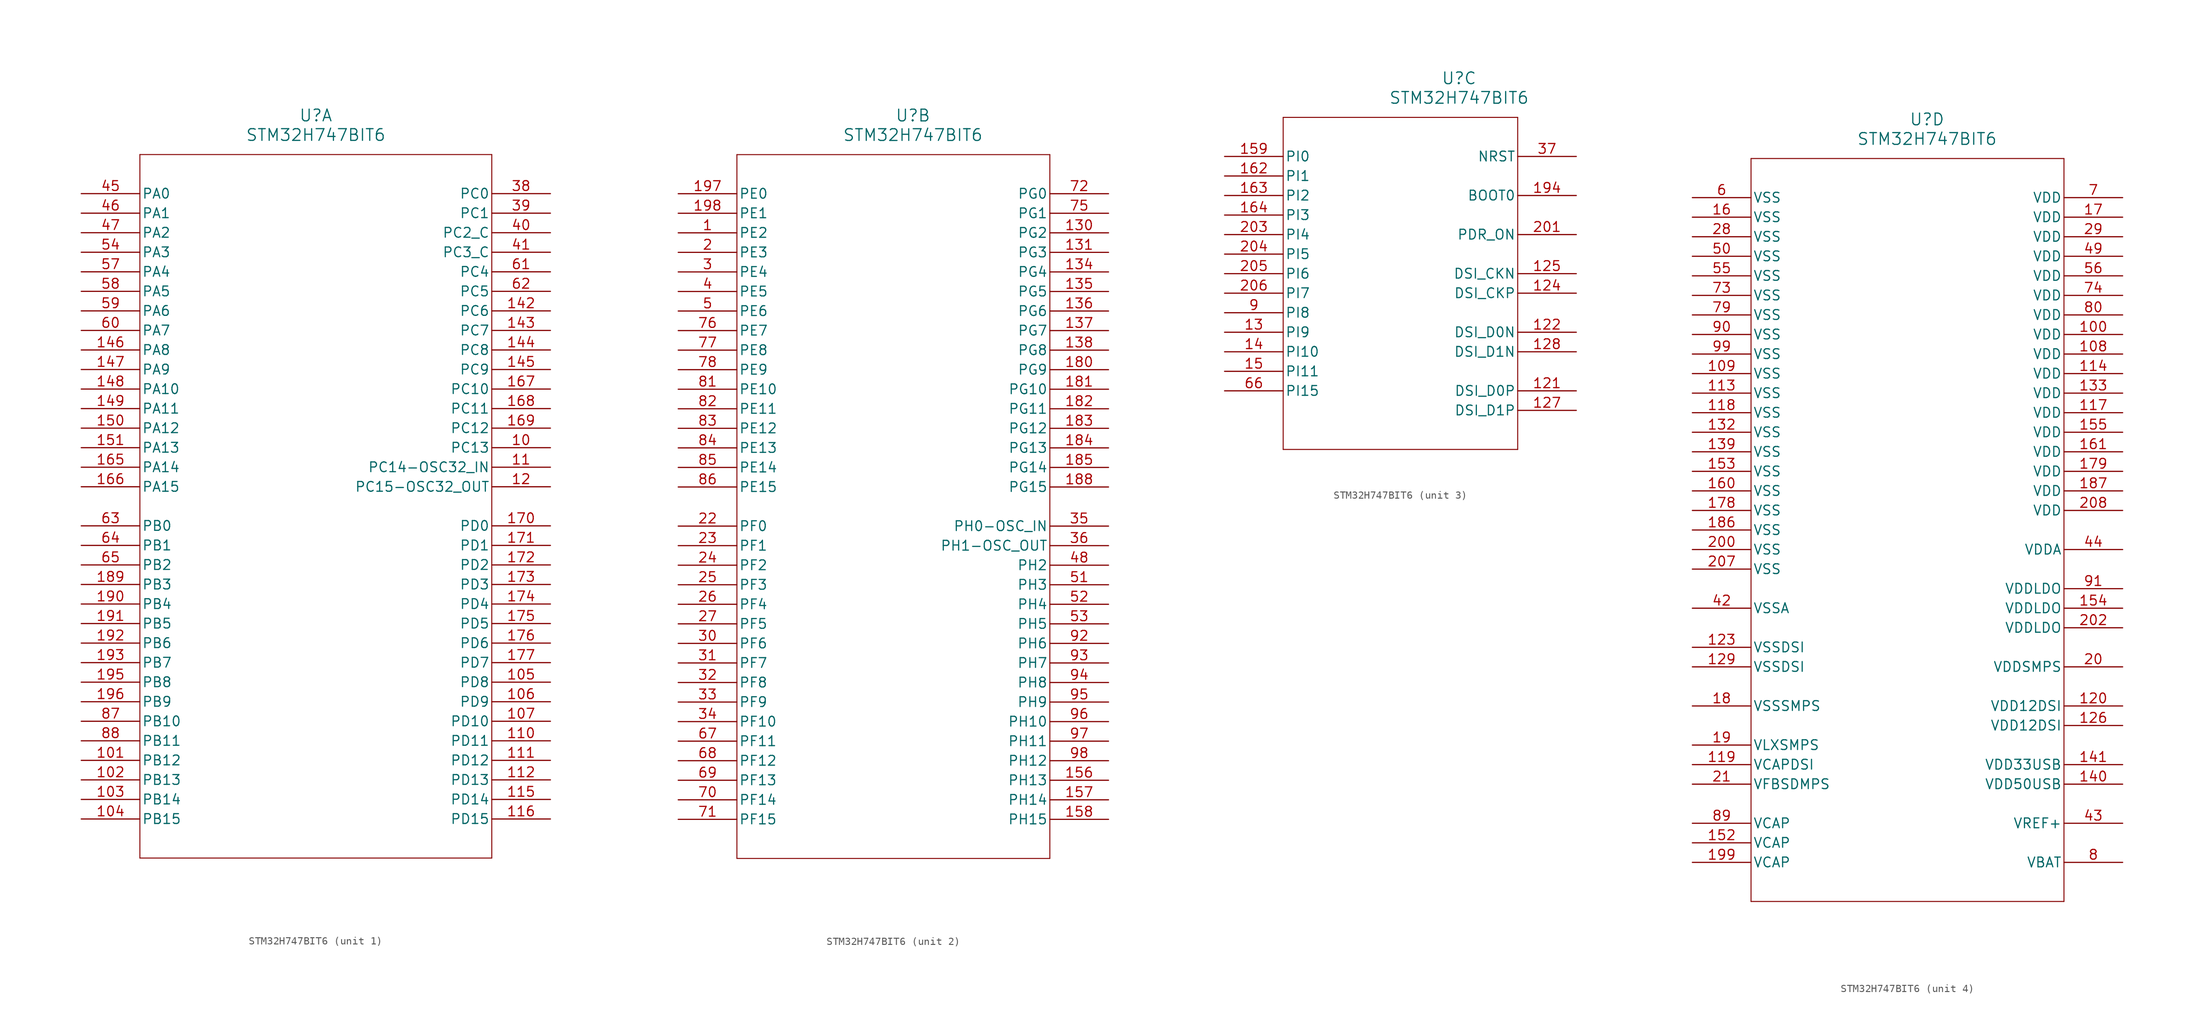
<source format=kicad_sym>
(kicad_symbol_lib
  (version 20211014)
  (generator kicad_symbol_editor)
  (symbol "STM32H747BIT6"
    (pin_names
      (offset 0.254))
    (property "Reference" "U"
      (at 30.48 10.16 0)
      (effects (font (size 1.524 1.524))))
    (property "Value" "STM32H747BIT6"
      (at 30.48 7.62 0)
      (effects (font (size 1.524 1.524))))
    (symbol "STM32H747BIT6_1_1"
      (polyline (pts (xy 7.62 5.08) (xy 7.62 -86.36)) (stroke (width 0.127) (type default) (color 0 0 0 0)) (fill (type none)))
      (polyline (pts (xy 7.62 -86.36) (xy 53.34 -86.36)) (stroke (width 0.127) (type default) (color 0 0 0 0)) (fill (type none)))
      (polyline (pts (xy 53.34 -86.36) (xy 53.34 5.08)) (stroke (width 0.127) (type default) (color 0 0 0 0)) (fill (type none)))
      (polyline (pts (xy 53.34 5.08) (xy 7.62 5.08)) (stroke (width 0.127) (type default) (color 0 0 0 0)) (fill (type none)))
      (pin bidirectional line (at 60.96 -33.02 180) (length 7.62) (name "PC13" (effects (font (size 1.27 1.27)))) (number "10" (effects (font (size 1.27 1.27)))))
      (pin bidirectional line (at 60.96 -35.56 180) (length 7.62) (name "PC14-OSC32_IN" (effects (font (size 1.27 1.27)))) (number "11" (effects (font (size 1.27 1.27)))))
      (pin bidirectional line (at 60.96 -38.1 180) (length 7.62) (name "PC15-OSC32_OUT" (effects (font (size 1.27 1.27)))) (number "12" (effects (font (size 1.27 1.27)))))
      (pin bidirectional line (at 60.96 0 180) (length 7.62) (name "PC0" (effects (font (size 1.27 1.27)))) (number "38" (effects (font (size 1.27 1.27)))))
      (pin bidirectional line (at 60.96 -2.54 180) (length 7.62) (name "PC1" (effects (font (size 1.27 1.27)))) (number "39" (effects (font (size 1.27 1.27)))))
      (pin bidirectional line (at 60.96 -5.08 180) (length 7.62) (name "PC2_C" (effects (font (size 1.27 1.27)))) (number "40" (effects (font (size 1.27 1.27)))))
      (pin bidirectional line (at 60.96 -7.62 180) (length 7.62) (name "PC3_C" (effects (font (size 1.27 1.27)))) (number "41" (effects (font (size 1.27 1.27)))))
      (pin bidirectional line (at 0 0 0) (length 7.62) (name "PA0" (effects (font (size 1.27 1.27)))) (number "45" (effects (font (size 1.27 1.27)))))
      (pin bidirectional line (at 0 -2.54 0) (length 7.62) (name "PA1" (effects (font (size 1.27 1.27)))) (number "46" (effects (font (size 1.27 1.27)))))
      (pin bidirectional line (at 0 -5.08 0) (length 7.62) (name "PA2" (effects (font (size 1.27 1.27)))) (number "47" (effects (font (size 1.27 1.27)))))
      (pin bidirectional line (at 0 -7.62 0) (length 7.62) (name "PA3" (effects (font (size 1.27 1.27)))) (number "54" (effects (font (size 1.27 1.27)))))
      (pin bidirectional line (at 0 -10.16 0) (length 7.62) (name "PA4" (effects (font (size 1.27 1.27)))) (number "57" (effects (font (size 1.27 1.27)))))
      (pin bidirectional line (at 0 -12.7 0) (length 7.62) (name "PA5" (effects (font (size 1.27 1.27)))) (number "58" (effects (font (size 1.27 1.27)))))
      (pin bidirectional line (at 0 -15.24 0) (length 7.62) (name "PA6" (effects (font (size 1.27 1.27)))) (number "59" (effects (font (size 1.27 1.27)))))
      (pin bidirectional line (at 0 -17.78 0) (length 7.62) (name "PA7" (effects (font (size 1.27 1.27)))) (number "60" (effects (font (size 1.27 1.27)))))
      (pin bidirectional line (at 60.96 -10.16 180) (length 7.62) (name "PC4" (effects (font (size 1.27 1.27)))) (number "61" (effects (font (size 1.27 1.27)))))
      (pin bidirectional line (at 60.96 -12.7 180) (length 7.62) (name "PC5" (effects (font (size 1.27 1.27)))) (number "62" (effects (font (size 1.27 1.27)))))
      (pin bidirectional line (at 0 -43.18 0) (length 7.62) (name "PB0" (effects (font (size 1.27 1.27)))) (number "63" (effects (font (size 1.27 1.27)))))
      (pin bidirectional line (at 0 -45.72 0) (length 7.62) (name "PB1" (effects (font (size 1.27 1.27)))) (number "64" (effects (font (size 1.27 1.27)))))
      (pin bidirectional line (at 0 -48.26 0) (length 7.62) (name "PB2" (effects (font (size 1.27 1.27)))) (number "65" (effects (font (size 1.27 1.27)))))
      (pin bidirectional line (at 0 -68.58 0) (length 7.62) (name "PB10" (effects (font (size 1.27 1.27)))) (number "87" (effects (font (size 1.27 1.27)))))
      (pin bidirectional line (at 0 -71.12 0) (length 7.62) (name "PB11" (effects (font (size 1.27 1.27)))) (number "88" (effects (font (size 1.27 1.27)))))
      (pin bidirectional line (at 0 -73.66 0) (length 7.62) (name "PB12" (effects (font (size 1.27 1.27)))) (number "101" (effects (font (size 1.27 1.27)))))
      (pin bidirectional line (at 0 -76.2 0) (length 7.62) (name "PB13" (effects (font (size 1.27 1.27)))) (number "102" (effects (font (size 1.27 1.27)))))
      (pin bidirectional line (at 0 -78.74 0) (length 7.62) (name "PB14" (effects (font (size 1.27 1.27)))) (number "103" (effects (font (size 1.27 1.27)))))
      (pin bidirectional line (at 0 -81.28 0) (length 7.62) (name "PB15" (effects (font (size 1.27 1.27)))) (number "104" (effects (font (size 1.27 1.27)))))
      (pin bidirectional line (at 60.96 -63.5 180) (length 7.62) (name "PD8" (effects (font (size 1.27 1.27)))) (number "105" (effects (font (size 1.27 1.27)))))
      (pin bidirectional line (at 60.96 -66.04 180) (length 7.62) (name "PD9" (effects (font (size 1.27 1.27)))) (number "106" (effects (font (size 1.27 1.27)))))
      (pin bidirectional line (at 60.96 -68.58 180) (length 7.62) (name "PD10" (effects (font (size 1.27 1.27)))) (number "107" (effects (font (size 1.27 1.27)))))
      (pin bidirectional line (at 60.96 -71.12 180) (length 7.62) (name "PD11" (effects (font (size 1.27 1.27)))) (number "110" (effects (font (size 1.27 1.27)))))
      (pin bidirectional line (at 60.96 -73.66 180) (length 7.62) (name "PD12" (effects (font (size 1.27 1.27)))) (number "111" (effects (font (size 1.27 1.27)))))
      (pin bidirectional line (at 60.96 -76.2 180) (length 7.62) (name "PD13" (effects (font (size 1.27 1.27)))) (number "112" (effects (font (size 1.27 1.27)))))
      (pin bidirectional line (at 60.96 -78.74 180) (length 7.62) (name "PD14" (effects (font (size 1.27 1.27)))) (number "115" (effects (font (size 1.27 1.27)))))
      (pin bidirectional line (at 60.96 -81.28 180) (length 7.62) (name "PD15" (effects (font (size 1.27 1.27)))) (number "116" (effects (font (size 1.27 1.27)))))
      (pin bidirectional line (at 60.96 -15.24 180) (length 7.62) (name "PC6" (effects (font (size 1.27 1.27)))) (number "142" (effects (font (size 1.27 1.27)))))
      (pin bidirectional line (at 60.96 -17.78 180) (length 7.62) (name "PC7" (effects (font (size 1.27 1.27)))) (number "143" (effects (font (size 1.27 1.27)))))
      (pin bidirectional line (at 60.96 -20.32 180) (length 7.62) (name "PC8" (effects (font (size 1.27 1.27)))) (number "144" (effects (font (size 1.27 1.27)))))
      (pin bidirectional line (at 60.96 -22.86 180) (length 7.62) (name "PC9" (effects (font (size 1.27 1.27)))) (number "145" (effects (font (size 1.27 1.27)))))
      (pin bidirectional line (at 0 -20.32 0) (length 7.62) (name "PA8" (effects (font (size 1.27 1.27)))) (number "146" (effects (font (size 1.27 1.27)))))
      (pin bidirectional line (at 0 -22.86 0) (length 7.62) (name "PA9" (effects (font (size 1.27 1.27)))) (number "147" (effects (font (size 1.27 1.27)))))
      (pin bidirectional line (at 0 -25.4 0) (length 7.62) (name "PA10" (effects (font (size 1.27 1.27)))) (number "148" (effects (font (size 1.27 1.27)))))
      (pin bidirectional line (at 0 -27.94 0) (length 7.62) (name "PA11" (effects (font (size 1.27 1.27)))) (number "149" (effects (font (size 1.27 1.27)))))
      (pin bidirectional line (at 0 -30.48 0) (length 7.62) (name "PA12" (effects (font (size 1.27 1.27)))) (number "150" (effects (font (size 1.27 1.27)))))
      (pin bidirectional line (at 0 -33.02 0) (length 7.62) (name "PA13" (effects (font (size 1.27 1.27)))) (number "151" (effects (font (size 1.27 1.27)))))
      (pin bidirectional line (at 0 -35.56 0) (length 7.62) (name "PA14" (effects (font (size 1.27 1.27)))) (number "165" (effects (font (size 1.27 1.27)))))
      (pin bidirectional line (at 0 -38.1 0) (length 7.62) (name "PA15" (effects (font (size 1.27 1.27)))) (number "166" (effects (font (size 1.27 1.27)))))
      (pin bidirectional line (at 60.96 -25.4 180) (length 7.62) (name "PC10" (effects (font (size 1.27 1.27)))) (number "167" (effects (font (size 1.27 1.27)))))
      (pin bidirectional line (at 60.96 -27.94 180) (length 7.62) (name "PC11" (effects (font (size 1.27 1.27)))) (number "168" (effects (font (size 1.27 1.27)))))
      (pin bidirectional line (at 60.96 -30.48 180) (length 7.62) (name "PC12" (effects (font (size 1.27 1.27)))) (number "169" (effects (font (size 1.27 1.27)))))
      (pin bidirectional line (at 60.96 -43.18 180) (length 7.62) (name "PD0" (effects (font (size 1.27 1.27)))) (number "170" (effects (font (size 1.27 1.27)))))
      (pin bidirectional line (at 60.96 -45.72 180) (length 7.62) (name "PD1" (effects (font (size 1.27 1.27)))) (number "171" (effects (font (size 1.27 1.27)))))
      (pin bidirectional line (at 60.96 -48.26 180) (length 7.62) (name "PD2" (effects (font (size 1.27 1.27)))) (number "172" (effects (font (size 1.27 1.27)))))
      (pin bidirectional line (at 60.96 -50.8 180) (length 7.62) (name "PD3" (effects (font (size 1.27 1.27)))) (number "173" (effects (font (size 1.27 1.27)))))
      (pin bidirectional line (at 60.96 -53.34 180) (length 7.62) (name "PD4" (effects (font (size 1.27 1.27)))) (number "174" (effects (font (size 1.27 1.27)))))
      (pin bidirectional line (at 60.96 -55.88 180) (length 7.62) (name "PD5" (effects (font (size 1.27 1.27)))) (number "175" (effects (font (size 1.27 1.27)))))
      (pin bidirectional line (at 60.96 -58.42 180) (length 7.62) (name "PD6" (effects (font (size 1.27 1.27)))) (number "176" (effects (font (size 1.27 1.27)))))
      (pin bidirectional line (at 60.96 -60.96 180) (length 7.62) (name "PD7" (effects (font (size 1.27 1.27)))) (number "177" (effects (font (size 1.27 1.27)))))
      (pin bidirectional line (at 0 -50.8 0) (length 7.62) (name "PB3" (effects (font (size 1.27 1.27)))) (number "189" (effects (font (size 1.27 1.27)))))
      (pin bidirectional line (at 0 -53.34 0) (length 7.62) (name "PB4" (effects (font (size 1.27 1.27)))) (number "190" (effects (font (size 1.27 1.27)))))
      (pin bidirectional line (at 0 -55.88 0) (length 7.62) (name "PB5" (effects (font (size 1.27 1.27)))) (number "191" (effects (font (size 1.27 1.27)))))
      (pin bidirectional line (at 0 -58.42 0) (length 7.62) (name "PB6" (effects (font (size 1.27 1.27)))) (number "192" (effects (font (size 1.27 1.27)))))
      (pin bidirectional line (at 0 -60.96 0) (length 7.62) (name "PB7" (effects (font (size 1.27 1.27)))) (number "193" (effects (font (size 1.27 1.27)))))
      (pin bidirectional line (at 0 -63.5 0) (length 7.62) (name "PB8" (effects (font (size 1.27 1.27)))) (number "195" (effects (font (size 1.27 1.27)))))
      (pin bidirectional line (at 0 -66.04 0) (length 7.62) (name "PB9" (effects (font (size 1.27 1.27)))) (number "196" (effects (font (size 1.27 1.27))))))
    (symbol "STM32H747BIT6_2_1"
      (polyline (pts (xy 7.62 5.08) (xy 7.62 -86.36)) (stroke (width 0.127) (type default) (color 0 0 0 0)) (fill (type none)))
      (polyline (pts (xy 7.62 -86.36) (xy 48.26 -86.36)) (stroke (width 0.127) (type default) (color 0 0 0 0)) (fill (type none)))
      (polyline (pts (xy 48.26 -86.36) (xy 48.26 5.08)) (stroke (width 0.127) (type default) (color 0 0 0 0)) (fill (type none)))
      (polyline (pts (xy 48.26 5.08) (xy 7.62 5.08)) (stroke (width 0.127) (type default) (color 0 0 0 0)) (fill (type none)))
      (pin bidirectional line (at 0 -5.08 0) (length 7.62) (name "PE2" (effects (font (size 1.27 1.27)))) (number "1" (effects (font (size 1.27 1.27)))))
      (pin bidirectional line (at 0 -7.62 0) (length 7.62) (name "PE3" (effects (font (size 1.27 1.27)))) (number "2" (effects (font (size 1.27 1.27)))))
      (pin bidirectional line (at 0 -10.16 0) (length 7.62) (name "PE4" (effects (font (size 1.27 1.27)))) (number "3" (effects (font (size 1.27 1.27)))))
      (pin bidirectional line (at 0 -12.7 0) (length 7.62) (name "PE5" (effects (font (size 1.27 1.27)))) (number "4" (effects (font (size 1.27 1.27)))))
      (pin bidirectional line (at 0 -15.24 0) (length 7.62) (name "PE6" (effects (font (size 1.27 1.27)))) (number "5" (effects (font (size 1.27 1.27)))))
      (pin bidirectional line (at 0 -43.18 0) (length 7.62) (name "PF0" (effects (font (size 1.27 1.27)))) (number "22" (effects (font (size 1.27 1.27)))))
      (pin bidirectional line (at 0 -45.72 0) (length 7.62) (name "PF1" (effects (font (size 1.27 1.27)))) (number "23" (effects (font (size 1.27 1.27)))))
      (pin bidirectional line (at 0 -48.26 0) (length 7.62) (name "PF2" (effects (font (size 1.27 1.27)))) (number "24" (effects (font (size 1.27 1.27)))))
      (pin bidirectional line (at 0 -50.8 0) (length 7.62) (name "PF3" (effects (font (size 1.27 1.27)))) (number "25" (effects (font (size 1.27 1.27)))))
      (pin bidirectional line (at 0 -53.34 0) (length 7.62) (name "PF4" (effects (font (size 1.27 1.27)))) (number "26" (effects (font (size 1.27 1.27)))))
      (pin bidirectional line (at 0 -55.88 0) (length 7.62) (name "PF5" (effects (font (size 1.27 1.27)))) (number "27" (effects (font (size 1.27 1.27)))))
      (pin bidirectional line (at 0 -58.42 0) (length 7.62) (name "PF6" (effects (font (size 1.27 1.27)))) (number "30" (effects (font (size 1.27 1.27)))))
      (pin bidirectional line (at 0 -60.96 0) (length 7.62) (name "PF7" (effects (font (size 1.27 1.27)))) (number "31" (effects (font (size 1.27 1.27)))))
      (pin bidirectional line (at 0 -63.5 0) (length 7.62) (name "PF8" (effects (font (size 1.27 1.27)))) (number "32" (effects (font (size 1.27 1.27)))))
      (pin bidirectional line (at 0 -66.04 0) (length 7.62) (name "PF9" (effects (font (size 1.27 1.27)))) (number "33" (effects (font (size 1.27 1.27)))))
      (pin bidirectional line (at 0 -68.58 0) (length 7.62) (name "PF10" (effects (font (size 1.27 1.27)))) (number "34" (effects (font (size 1.27 1.27)))))
      (pin bidirectional line (at 55.88 -43.18 180) (length 7.62) (name "PH0-OSC_IN" (effects (font (size 1.27 1.27)))) (number "35" (effects (font (size 1.27 1.27)))))
      (pin bidirectional line (at 55.88 -45.72 180) (length 7.62) (name "PH1-OSC_OUT" (effects (font (size 1.27 1.27)))) (number "36" (effects (font (size 1.27 1.27)))))
      (pin bidirectional line (at 55.88 -48.26 180) (length 7.62) (name "PH2" (effects (font (size 1.27 1.27)))) (number "48" (effects (font (size 1.27 1.27)))))
      (pin bidirectional line (at 55.88 -50.8 180) (length 7.62) (name "PH3" (effects (font (size 1.27 1.27)))) (number "51" (effects (font (size 1.27 1.27)))))
      (pin bidirectional line (at 55.88 -53.34 180) (length 7.62) (name "PH4" (effects (font (size 1.27 1.27)))) (number "52" (effects (font (size 1.27 1.27)))))
      (pin bidirectional line (at 55.88 -55.88 180) (length 7.62) (name "PH5" (effects (font (size 1.27 1.27)))) (number "53" (effects (font (size 1.27 1.27)))))
      (pin bidirectional line (at 0 -71.12 0) (length 7.62) (name "PF11" (effects (font (size 1.27 1.27)))) (number "67" (effects (font (size 1.27 1.27)))))
      (pin bidirectional line (at 0 -73.66 0) (length 7.62) (name "PF12" (effects (font (size 1.27 1.27)))) (number "68" (effects (font (size 1.27 1.27)))))
      (pin bidirectional line (at 0 -76.2 0) (length 7.62) (name "PF13" (effects (font (size 1.27 1.27)))) (number "69" (effects (font (size 1.27 1.27)))))
      (pin bidirectional line (at 0 -78.74 0) (length 7.62) (name "PF14" (effects (font (size 1.27 1.27)))) (number "70" (effects (font (size 1.27 1.27)))))
      (pin bidirectional line (at 0 -81.28 0) (length 7.62) (name "PF15" (effects (font (size 1.27 1.27)))) (number "71" (effects (font (size 1.27 1.27)))))
      (pin bidirectional line (at 55.88 0 180) (length 7.62) (name "PG0" (effects (font (size 1.27 1.27)))) (number "72" (effects (font (size 1.27 1.27)))))
      (pin bidirectional line (at 55.88 -2.54 180) (length 7.62) (name "PG1" (effects (font (size 1.27 1.27)))) (number "75" (effects (font (size 1.27 1.27)))))
      (pin bidirectional line (at 0 -17.78 0) (length 7.62) (name "PE7" (effects (font (size 1.27 1.27)))) (number "76" (effects (font (size 1.27 1.27)))))
      (pin bidirectional line (at 0 -20.32 0) (length 7.62) (name "PE8" (effects (font (size 1.27 1.27)))) (number "77" (effects (font (size 1.27 1.27)))))
      (pin bidirectional line (at 0 -22.86 0) (length 7.62) (name "PE9" (effects (font (size 1.27 1.27)))) (number "78" (effects (font (size 1.27 1.27)))))
      (pin bidirectional line (at 0 -25.4 0) (length 7.62) (name "PE10" (effects (font (size 1.27 1.27)))) (number "81" (effects (font (size 1.27 1.27)))))
      (pin bidirectional line (at 0 -27.94 0) (length 7.62) (name "PE11" (effects (font (size 1.27 1.27)))) (number "82" (effects (font (size 1.27 1.27)))))
      (pin bidirectional line (at 0 -30.48 0) (length 7.62) (name "PE12" (effects (font (size 1.27 1.27)))) (number "83" (effects (font (size 1.27 1.27)))))
      (pin bidirectional line (at 0 -33.02 0) (length 7.62) (name "PE13" (effects (font (size 1.27 1.27)))) (number "84" (effects (font (size 1.27 1.27)))))
      (pin bidirectional line (at 0 -35.56 0) (length 7.62) (name "PE14" (effects (font (size 1.27 1.27)))) (number "85" (effects (font (size 1.27 1.27)))))
      (pin bidirectional line (at 0 -38.1 0) (length 7.62) (name "PE15" (effects (font (size 1.27 1.27)))) (number "86" (effects (font (size 1.27 1.27)))))
      (pin bidirectional line (at 55.88 -58.42 180) (length 7.62) (name "PH6" (effects (font (size 1.27 1.27)))) (number "92" (effects (font (size 1.27 1.27)))))
      (pin bidirectional line (at 55.88 -60.96 180) (length 7.62) (name "PH7" (effects (font (size 1.27 1.27)))) (number "93" (effects (font (size 1.27 1.27)))))
      (pin bidirectional line (at 55.88 -63.5 180) (length 7.62) (name "PH8" (effects (font (size 1.27 1.27)))) (number "94" (effects (font (size 1.27 1.27)))))
      (pin bidirectional line (at 55.88 -66.04 180) (length 7.62) (name "PH9" (effects (font (size 1.27 1.27)))) (number "95" (effects (font (size 1.27 1.27)))))
      (pin bidirectional line (at 55.88 -68.58 180) (length 7.62) (name "PH10" (effects (font (size 1.27 1.27)))) (number "96" (effects (font (size 1.27 1.27)))))
      (pin bidirectional line (at 55.88 -71.12 180) (length 7.62) (name "PH11" (effects (font (size 1.27 1.27)))) (number "97" (effects (font (size 1.27 1.27)))))
      (pin bidirectional line (at 55.88 -73.66 180) (length 7.62) (name "PH12" (effects (font (size 1.27 1.27)))) (number "98" (effects (font (size 1.27 1.27)))))
      (pin bidirectional line (at 55.88 -5.08 180) (length 7.62) (name "PG2" (effects (font (size 1.27 1.27)))) (number "130" (effects (font (size 1.27 1.27)))))
      (pin bidirectional line (at 55.88 -7.62 180) (length 7.62) (name "PG3" (effects (font (size 1.27 1.27)))) (number "131" (effects (font (size 1.27 1.27)))))
      (pin bidirectional line (at 55.88 -10.16 180) (length 7.62) (name "PG4" (effects (font (size 1.27 1.27)))) (number "134" (effects (font (size 1.27 1.27)))))
      (pin bidirectional line (at 55.88 -12.7 180) (length 7.62) (name "PG5" (effects (font (size 1.27 1.27)))) (number "135" (effects (font (size 1.27 1.27)))))
      (pin bidirectional line (at 55.88 -15.24 180) (length 7.62) (name "PG6" (effects (font (size 1.27 1.27)))) (number "136" (effects (font (size 1.27 1.27)))))
      (pin bidirectional line (at 55.88 -17.78 180) (length 7.62) (name "PG7" (effects (font (size 1.27 1.27)))) (number "137" (effects (font (size 1.27 1.27)))))
      (pin bidirectional line (at 55.88 -20.32 180) (length 7.62) (name "PG8" (effects (font (size 1.27 1.27)))) (number "138" (effects (font (size 1.27 1.27)))))
      (pin bidirectional line (at 55.88 -76.2 180) (length 7.62) (name "PH13" (effects (font (size 1.27 1.27)))) (number "156" (effects (font (size 1.27 1.27)))))
      (pin bidirectional line (at 55.88 -78.74 180) (length 7.62) (name "PH14" (effects (font (size 1.27 1.27)))) (number "157" (effects (font (size 1.27 1.27)))))
      (pin bidirectional line (at 55.88 -81.28 180) (length 7.62) (name "PH15" (effects (font (size 1.27 1.27)))) (number "158" (effects (font (size 1.27 1.27)))))
      (pin bidirectional line (at 55.88 -22.86 180) (length 7.62) (name "PG9" (effects (font (size 1.27 1.27)))) (number "180" (effects (font (size 1.27 1.27)))))
      (pin bidirectional line (at 55.88 -25.4 180) (length 7.62) (name "PG10" (effects (font (size 1.27 1.27)))) (number "181" (effects (font (size 1.27 1.27)))))
      (pin bidirectional line (at 55.88 -27.94 180) (length 7.62) (name "PG11" (effects (font (size 1.27 1.27)))) (number "182" (effects (font (size 1.27 1.27)))))
      (pin bidirectional line (at 55.88 -30.48 180) (length 7.62) (name "PG12" (effects (font (size 1.27 1.27)))) (number "183" (effects (font (size 1.27 1.27)))))
      (pin bidirectional line (at 55.88 -33.02 180) (length 7.62) (name "PG13" (effects (font (size 1.27 1.27)))) (number "184" (effects (font (size 1.27 1.27)))))
      (pin bidirectional line (at 55.88 -35.56 180) (length 7.62) (name "PG14" (effects (font (size 1.27 1.27)))) (number "185" (effects (font (size 1.27 1.27)))))
      (pin bidirectional line (at 55.88 -38.1 180) (length 7.62) (name "PG15" (effects (font (size 1.27 1.27)))) (number "188" (effects (font (size 1.27 1.27)))))
      (pin bidirectional line (at 0 0 0) (length 7.62) (name "PE0" (effects (font (size 1.27 1.27)))) (number "197" (effects (font (size 1.27 1.27)))))
      (pin bidirectional line (at 0 -2.54 0) (length 7.62) (name "PE1" (effects (font (size 1.27 1.27)))) (number "198" (effects (font (size 1.27 1.27))))))
    (symbol "STM32H747BIT6_3_1"
      (polyline (pts (xy 7.62 5.08) (xy 7.62 -38.1)) (stroke (width 0.127) (type default) (color 0 0 0 0)) (fill (type none)))
      (polyline (pts (xy 7.62 -38.1) (xy 38.1 -38.1)) (stroke (width 0.127) (type default) (color 0 0 0 0)) (fill (type none)))
      (polyline (pts (xy 38.1 -38.1) (xy 38.1 5.08)) (stroke (width 0.127) (type default) (color 0 0 0 0)) (fill (type none)))
      (polyline (pts (xy 38.1 5.08) (xy 7.62 5.08)) (stroke (width 0.127) (type default) (color 0 0 0 0)) (fill (type none)))
      (pin bidirectional line (at 0 -20.32 0) (length 7.62) (name "PI8" (effects (font (size 1.27 1.27)))) (number "9" (effects (font (size 1.27 1.27)))))
      (pin bidirectional line (at 0 -22.86 0) (length 7.62) (name "PI9" (effects (font (size 1.27 1.27)))) (number "13" (effects (font (size 1.27 1.27)))))
      (pin bidirectional line (at 0 -25.4 0) (length 7.62) (name "PI10" (effects (font (size 1.27 1.27)))) (number "14" (effects (font (size 1.27 1.27)))))
      (pin bidirectional line (at 0 -27.94 0) (length 7.62) (name "PI11" (effects (font (size 1.27 1.27)))) (number "15" (effects (font (size 1.27 1.27)))))
      (pin bidirectional line (at 45.72 0 180) (length 7.62) (name "NRST" (effects (font (size 1.27 1.27)))) (number "37" (effects (font (size 1.27 1.27)))))
      (pin bidirectional line (at 0 -30.48 0) (length 7.62) (name "PI15" (effects (font (size 1.27 1.27)))) (number "66" (effects (font (size 1.27 1.27)))))
      (pin bidirectional line (at 45.72 -30.48 180) (length 7.62) (name "DSI_D0P" (effects (font (size 1.27 1.27)))) (number "121" (effects (font (size 1.27 1.27)))))
      (pin bidirectional line (at 45.72 -22.86 180) (length 7.62) (name "DSI_D0N" (effects (font (size 1.27 1.27)))) (number "122" (effects (font (size 1.27 1.27)))))
      (pin bidirectional line (at 45.72 -17.78 180) (length 7.62) (name "DSI_CKP" (effects (font (size 1.27 1.27)))) (number "124" (effects (font (size 1.27 1.27)))))
      (pin bidirectional line (at 45.72 -15.24 180) (length 7.62) (name "DSI_CKN" (effects (font (size 1.27 1.27)))) (number "125" (effects (font (size 1.27 1.27)))))
      (pin bidirectional line (at 45.72 -33.02 180) (length 7.62) (name "DSI_D1P" (effects (font (size 1.27 1.27)))) (number "127" (effects (font (size 1.27 1.27)))))
      (pin bidirectional line (at 45.72 -25.4 180) (length 7.62) (name "DSI_D1N" (effects (font (size 1.27 1.27)))) (number "128" (effects (font (size 1.27 1.27)))))
      (pin bidirectional line (at 0 0 0) (length 7.62) (name "PI0" (effects (font (size 1.27 1.27)))) (number "159" (effects (font (size 1.27 1.27)))))
      (pin bidirectional line (at 0 -2.54 0) (length 7.62) (name "PI1" (effects (font (size 1.27 1.27)))) (number "162" (effects (font (size 1.27 1.27)))))
      (pin bidirectional line (at 0 -5.08 0) (length 7.62) (name "PI2" (effects (font (size 1.27 1.27)))) (number "163" (effects (font (size 1.27 1.27)))))
      (pin bidirectional line (at 0 -7.62 0) (length 7.62) (name "PI3" (effects (font (size 1.27 1.27)))) (number "164" (effects (font (size 1.27 1.27)))))
      (pin input line (at 45.72 -5.08 180) (length 7.62) (name "BOOT0" (effects (font (size 1.27 1.27)))) (number "194" (effects (font (size 1.27 1.27)))))
      (pin bidirectional line (at 45.72 -10.16 180) (length 7.62) (name "PDR_ON" (effects (font (size 1.27 1.27)))) (number "201" (effects (font (size 1.27 1.27)))))
      (pin bidirectional line (at 0 -10.16 0) (length 7.62) (name "PI4" (effects (font (size 1.27 1.27)))) (number "203" (effects (font (size 1.27 1.27)))))
      (pin bidirectional line (at 0 -12.7 0) (length 7.62) (name "PI5" (effects (font (size 1.27 1.27)))) (number "204" (effects (font (size 1.27 1.27)))))
      (pin bidirectional line (at 0 -15.24 0) (length 7.62) (name "PI6" (effects (font (size 1.27 1.27)))) (number "205" (effects (font (size 1.27 1.27)))))
      (pin bidirectional line (at 0 -17.78 0) (length 7.62) (name "PI7" (effects (font (size 1.27 1.27)))) (number "206" (effects (font (size 1.27 1.27))))))
    (symbol "STM32H747BIT6_4_1"
      (polyline (pts (xy 7.62 5.08) (xy 7.62 -91.44)) (stroke (width 0.127) (type default) (color 0 0 0 0)) (fill (type none)))
      (polyline (pts (xy 7.62 -91.44) (xy 48.26 -91.44)) (stroke (width 0.127) (type default) (color 0 0 0 0)) (fill (type none)))
      (polyline (pts (xy 48.26 -91.44) (xy 48.26 5.08)) (stroke (width 0.127) (type default) (color 0 0 0 0)) (fill (type none)))
      (polyline (pts (xy 48.26 5.08) (xy 7.62 5.08)) (stroke (width 0.127) (type default) (color 0 0 0 0)) (fill (type none)))
      (pin power_in line (at 0 0 0) (length 7.62) (name "VSS" (effects (font (size 1.27 1.27)))) (number "6" (effects (font (size 1.27 1.27)))))
      (pin power_in line (at 55.88 0 180) (length 7.62) (name "VDD" (effects (font (size 1.27 1.27)))) (number "7" (effects (font (size 1.27 1.27)))))
      (pin power_in line (at 55.88 -86.36 180) (length 7.62) (name "VBAT" (effects (font (size 1.27 1.27)))) (number "8" (effects (font (size 1.27 1.27)))))
      (pin power_in line (at 0 -2.54 0) (length 7.62) (name "VSS" (effects (font (size 1.27 1.27)))) (number "16" (effects (font (size 1.27 1.27)))))
      (pin power_in line (at 55.88 -2.54 180) (length 7.62) (name "VDD" (effects (font (size 1.27 1.27)))) (number "17" (effects (font (size 1.27 1.27)))))
      (pin power_in line (at 0 -66.04 0) (length 7.62) (name "VSSSMPS" (effects (font (size 1.27 1.27)))) (number "18" (effects (font (size 1.27 1.27)))))
      (pin power_in line (at 0 -71.12 0) (length 7.62) (name "VLXSMPS" (effects (font (size 1.27 1.27)))) (number "19" (effects (font (size 1.27 1.27)))))
      (pin power_in line (at 55.88 -60.96 180) (length 7.62) (name "VDDSMPS" (effects (font (size 1.27 1.27)))) (number "20" (effects (font (size 1.27 1.27)))))
      (pin power_in line (at 0 -76.2 0) (length 7.62) (name "VFBSDMPS" (effects (font (size 1.27 1.27)))) (number "21" (effects (font (size 1.27 1.27)))))
      (pin power_in line (at 0 -5.08 0) (length 7.62) (name "VSS" (effects (font (size 1.27 1.27)))) (number "28" (effects (font (size 1.27 1.27)))))
      (pin power_in line (at 55.88 -5.08 180) (length 7.62) (name "VDD" (effects (font (size 1.27 1.27)))) (number "29" (effects (font (size 1.27 1.27)))))
      (pin power_in line (at 0 -53.34 0) (length 7.62) (name "VSSA" (effects (font (size 1.27 1.27)))) (number "42" (effects (font (size 1.27 1.27)))))
      (pin power_in line (at 55.88 -81.28 180) (length 7.62) (name "VREF+" (effects (font (size 1.27 1.27)))) (number "43" (effects (font (size 1.27 1.27)))))
      (pin power_in line (at 55.88 -45.72 180) (length 7.62) (name "VDDA" (effects (font (size 1.27 1.27)))) (number "44" (effects (font (size 1.27 1.27)))))
      (pin power_in line (at 55.88 -7.62 180) (length 7.62) (name "VDD" (effects (font (size 1.27 1.27)))) (number "49" (effects (font (size 1.27 1.27)))))
      (pin power_in line (at 0 -7.62 0) (length 7.62) (name "VSS" (effects (font (size 1.27 1.27)))) (number "50" (effects (font (size 1.27 1.27)))))
      (pin power_in line (at 0 -10.16 0) (length 7.62) (name "VSS" (effects (font (size 1.27 1.27)))) (number "55" (effects (font (size 1.27 1.27)))))
      (pin power_in line (at 55.88 -10.16 180) (length 7.62) (name "VDD" (effects (font (size 1.27 1.27)))) (number "56" (effects (font (size 1.27 1.27)))))
      (pin power_in line (at 0 -12.7 0) (length 7.62) (name "VSS" (effects (font (size 1.27 1.27)))) (number "73" (effects (font (size 1.27 1.27)))))
      (pin power_in line (at 55.88 -12.7 180) (length 7.62) (name "VDD" (effects (font (size 1.27 1.27)))) (number "74" (effects (font (size 1.27 1.27)))))
      (pin power_in line (at 0 -15.24 0) (length 7.62) (name "VSS" (effects (font (size 1.27 1.27)))) (number "79" (effects (font (size 1.27 1.27)))))
      (pin power_in line (at 55.88 -15.24 180) (length 7.62) (name "VDD" (effects (font (size 1.27 1.27)))) (number "80" (effects (font (size 1.27 1.27)))))
      (pin power_in line (at 0 -81.28 0) (length 7.62) (name "VCAP" (effects (font (size 1.27 1.27)))) (number "89" (effects (font (size 1.27 1.27)))))
      (pin power_in line (at 0 -17.78 0) (length 7.62) (name "VSS" (effects (font (size 1.27 1.27)))) (number "90" (effects (font (size 1.27 1.27)))))
      (pin power_in line (at 55.88 -50.8 180) (length 7.62) (name "VDDLDO" (effects (font (size 1.27 1.27)))) (number "91" (effects (font (size 1.27 1.27)))))
      (pin power_in line (at 0 -20.32 0) (length 7.62) (name "VSS" (effects (font (size 1.27 1.27)))) (number "99" (effects (font (size 1.27 1.27)))))
      (pin power_in line (at 55.88 -17.78 180) (length 7.62) (name "VDD" (effects (font (size 1.27 1.27)))) (number "100" (effects (font (size 1.27 1.27)))))
      (pin power_in line (at 55.88 -20.32 180) (length 7.62) (name "VDD" (effects (font (size 1.27 1.27)))) (number "108" (effects (font (size 1.27 1.27)))))
      (pin power_in line (at 0 -22.86 0) (length 7.62) (name "VSS" (effects (font (size 1.27 1.27)))) (number "109" (effects (font (size 1.27 1.27)))))
      (pin power_in line (at 0 -25.4 0) (length 7.62) (name "VSS" (effects (font (size 1.27 1.27)))) (number "113" (effects (font (size 1.27 1.27)))))
      (pin power_in line (at 55.88 -22.86 180) (length 7.62) (name "VDD" (effects (font (size 1.27 1.27)))) (number "114" (effects (font (size 1.27 1.27)))))
      (pin power_in line (at 55.88 -27.94 180) (length 7.62) (name "VDD" (effects (font (size 1.27 1.27)))) (number "117" (effects (font (size 1.27 1.27)))))
      (pin power_in line (at 0 -27.94 0) (length 7.62) (name "VSS" (effects (font (size 1.27 1.27)))) (number "118" (effects (font (size 1.27 1.27)))))
      (pin power_in line (at 0 -73.66 0) (length 7.62) (name "VCAPDSI" (effects (font (size 1.27 1.27)))) (number "119" (effects (font (size 1.27 1.27)))))
      (pin power_in line (at 55.88 -66.04 180) (length 7.62) (name "VDD12DSI" (effects (font (size 1.27 1.27)))) (number "120" (effects (font (size 1.27 1.27)))))
      (pin power_in line (at 0 -58.42 0) (length 7.62) (name "VSSDSI" (effects (font (size 1.27 1.27)))) (number "123" (effects (font (size 1.27 1.27)))))
      (pin power_in line (at 55.88 -68.58 180) (length 7.62) (name "VDD12DSI" (effects (font (size 1.27 1.27)))) (number "126" (effects (font (size 1.27 1.27)))))
      (pin power_in line (at 0 -60.96 0) (length 7.62) (name "VSSDSI" (effects (font (size 1.27 1.27)))) (number "129" (effects (font (size 1.27 1.27)))))
      (pin power_in line (at 0 -30.48 0) (length 7.62) (name "VSS" (effects (font (size 1.27 1.27)))) (number "132" (effects (font (size 1.27 1.27)))))
      (pin power_in line (at 55.88 -25.4 180) (length 7.62) (name "VDD" (effects (font (size 1.27 1.27)))) (number "133" (effects (font (size 1.27 1.27)))))
      (pin power_in line (at 0 -33.02 0) (length 7.62) (name "VSS" (effects (font (size 1.27 1.27)))) (number "139" (effects (font (size 1.27 1.27)))))
      (pin power_in line (at 55.88 -76.2 180) (length 7.62) (name "VDD50USB" (effects (font (size 1.27 1.27)))) (number "140" (effects (font (size 1.27 1.27)))))
      (pin power_in line (at 55.88 -73.66 180) (length 7.62) (name "VDD33USB" (effects (font (size 1.27 1.27)))) (number "141" (effects (font (size 1.27 1.27)))))
      (pin power_in line (at 0 -83.82 0) (length 7.62) (name "VCAP" (effects (font (size 1.27 1.27)))) (number "152" (effects (font (size 1.27 1.27)))))
      (pin power_in line (at 0 -35.56 0) (length 7.62) (name "VSS" (effects (font (size 1.27 1.27)))) (number "153" (effects (font (size 1.27 1.27)))))
      (pin power_in line (at 55.88 -53.34 180) (length 7.62) (name "VDDLDO" (effects (font (size 1.27 1.27)))) (number "154" (effects (font (size 1.27 1.27)))))
      (pin power_in line (at 55.88 -30.48 180) (length 7.62) (name "VDD" (effects (font (size 1.27 1.27)))) (number "155" (effects (font (size 1.27 1.27)))))
      (pin power_in line (at 0 -38.1 0) (length 7.62) (name "VSS" (effects (font (size 1.27 1.27)))) (number "160" (effects (font (size 1.27 1.27)))))
      (pin power_in line (at 55.88 -33.02 180) (length 7.62) (name "VDD" (effects (font (size 1.27 1.27)))) (number "161" (effects (font (size 1.27 1.27)))))
      (pin power_in line (at 0 -40.64 0) (length 7.62) (name "VSS" (effects (font (size 1.27 1.27)))) (number "178" (effects (font (size 1.27 1.27)))))
      (pin power_in line (at 55.88 -35.56 180) (length 7.62) (name "VDD" (effects (font (size 1.27 1.27)))) (number "179" (effects (font (size 1.27 1.27)))))
      (pin power_in line (at 0 -43.18 0) (length 7.62) (name "VSS" (effects (font (size 1.27 1.27)))) (number "186" (effects (font (size 1.27 1.27)))))
      (pin power_in line (at 55.88 -38.1 180) (length 7.62) (name "VDD" (effects (font (size 1.27 1.27)))) (number "187" (effects (font (size 1.27 1.27)))))
      (pin power_in line (at 0 -86.36 0) (length 7.62) (name "VCAP" (effects (font (size 1.27 1.27)))) (number "199" (effects (font (size 1.27 1.27)))))
      (pin power_in line (at 0 -45.72 0) (length 7.62) (name "VSS" (effects (font (size 1.27 1.27)))) (number "200" (effects (font (size 1.27 1.27)))))
      (pin power_in line (at 55.88 -55.88 180) (length 7.62) (name "VDDLDO" (effects (font (size 1.27 1.27)))) (number "202" (effects (font (size 1.27 1.27)))))
      (pin power_in line (at 0 -48.26 0) (length 7.62) (name "VSS" (effects (font (size 1.27 1.27)))) (number "207" (effects (font (size 1.27 1.27)))))
      (pin power_in line (at 55.88 -40.64 180) (length 7.62) (name "VDD" (effects (font (size 1.27 1.27)))) (number "208" (effects (font (size 1.27 1.27))))))))
</source>
